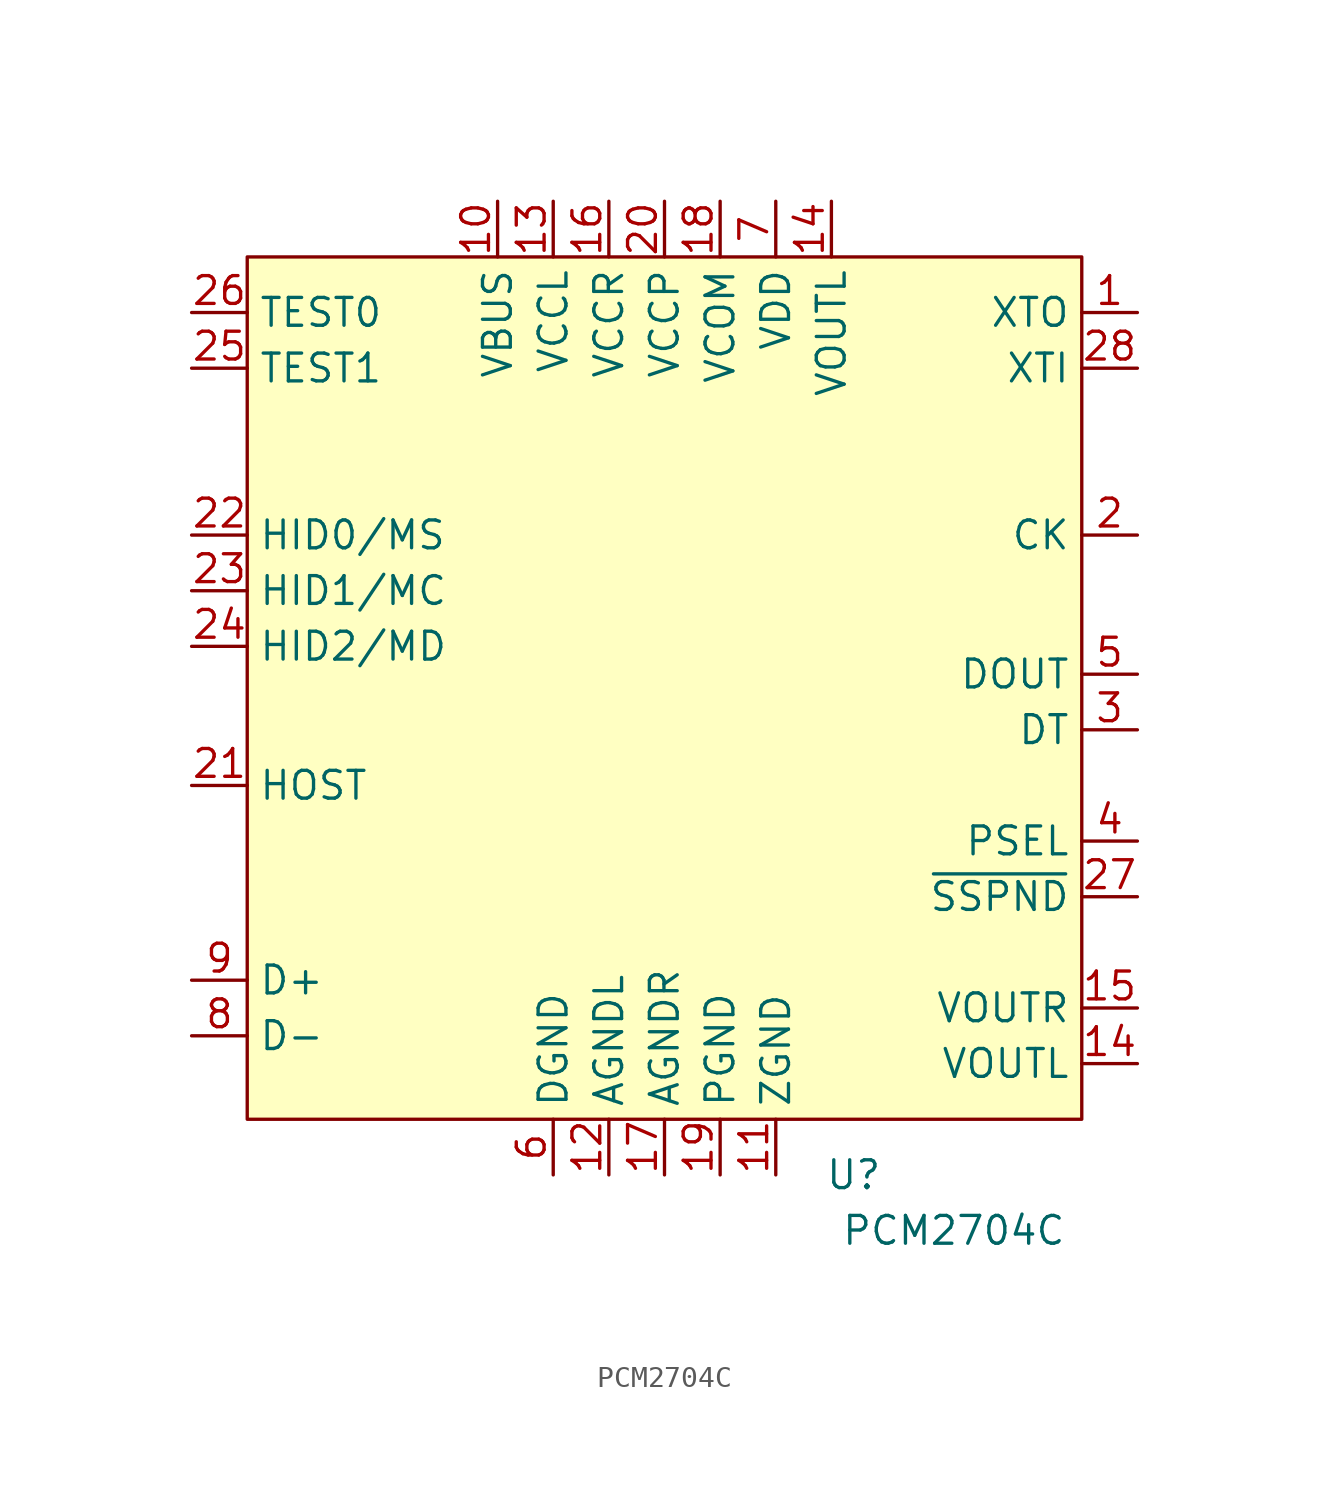
<source format=kicad_sym>
(kicad_symbol_lib
  (version 20241209)
  (generator "kicad_symbol_editor")
  (generator_version "9.0")
  (symbol "PCM2704C"
    (property "Reference" "U"
      (at 8.636 -41.91 0)
      (effects (font (size 1.27 1.27))))
    (property "Value" "PCM2704C"
      (at 13.208 -44.45 0)
      (effects (font (size 1.27 1.27))))
    (symbol "PCM2704C_1_1"
      (rectangle (start -19.05 0) (end 19.05 -39.37) (stroke (width 0) (type solid)) (fill (type background)))
      (pin input line (at -21.59 -2.54 0) (length 2.54) (name "TEST0" (effects (font (size 1.27 1.27)))) (number "26" (effects (font (size 1.27 1.27)))))
      (pin input line (at -21.59 -5.08 0) (length 2.54) (name "TEST1" (effects (font (size 1.27 1.27)))) (number "25" (effects (font (size 1.27 1.27)))))
      (pin input line (at -21.59 -12.7 0) (length 2.54) (name "HID0/MS" (effects (font (size 1.27 1.27)))) (number "22" (effects (font (size 1.27 1.27)))))
      (pin input line (at -21.59 -15.24 0) (length 2.54) (name "HID1/MC" (effects (font (size 1.27 1.27)))) (number "23" (effects (font (size 1.27 1.27)))))
      (pin input line (at -21.59 -17.78 0) (length 2.54) (name "HID2/MD" (effects (font (size 1.27 1.27)))) (number "24" (effects (font (size 1.27 1.27)))))
      (pin input line (at -21.59 -24.13 0) (length 2.54) (name "HOST" (effects (font (size 1.27 1.27)))) (number "21" (effects (font (size 1.27 1.27)))))
      (pin bidirectional line (at -21.59 -33.02 0) (length 2.54) (name "D+" (effects (font (size 1.27 1.27)))) (number "9" (effects (font (size 1.27 1.27)))))
      (pin bidirectional line (at -21.59 -35.56 0) (length 2.54) (name "D-" (effects (font (size 1.27 1.27)))) (number "8" (effects (font (size 1.27 1.27)))))
      (pin power_in line (at -7.62 2.54 270) (length 2.54) (name "VBUS" (effects (font (size 1.27 1.27)))) (number "10" (effects (font (size 1.27 1.27)))))
      (pin power_in line (at -5.08 2.54 270) (length 2.54) (name "VCCL" (effects (font (size 1.27 1.27)))) (number "13" (effects (font (size 1.27 1.27)))))
      (pin power_in line (at -5.08 -41.91 90) (length 2.54) (name "DGND" (effects (font (size 1.27 1.27)))) (number "6" (effects (font (size 1.27 1.27)))))
      (pin power_in line (at -2.54 2.54 270) (length 2.54) (name "VCCR" (effects (font (size 1.27 1.27)))) (number "16" (effects (font (size 1.27 1.27)))))
      (pin power_in line (at -2.54 -41.91 90) (length 2.54) (name "AGNDL" (effects (font (size 1.27 1.27)))) (number "12" (effects (font (size 1.27 1.27)))))
      (pin power_in line (at 0 2.54 270) (length 2.54) (name "VCCP" (effects (font (size 1.27 1.27)))) (number "20" (effects (font (size 1.27 1.27)))))
      (pin power_in line (at 0 -41.91 90) (length 2.54) (name "AGNDR" (effects (font (size 1.27 1.27)))) (number "17" (effects (font (size 1.27 1.27)))))
      (pin power_in line (at 2.54 2.54 270) (length 2.54) (name "VCOM" (effects (font (size 1.27 1.27)))) (number "18" (effects (font (size 1.27 1.27)))))
      (pin power_in line (at 2.54 -41.91 90) (length 2.54) (name "PGND" (effects (font (size 1.27 1.27)))) (number "19" (effects (font (size 1.27 1.27)))))
      (pin power_in line (at 5.08 2.54 270) (length 2.54) (name "VDD" (effects (font (size 1.27 1.27)))) (number "7" (effects (font (size 1.27 1.27)))))
      (pin power_in line (at 5.08 -41.91 90) (length 2.54) (name "ZGND" (effects (font (size 1.27 1.27)))) (number "11" (effects (font (size 1.27 1.27)))))
      (pin output line (at 7.62 2.54 270) (length 2.54) (name "VOUTL" (effects (font (size 1.27 1.27)))) (number "14" (effects (font (size 1.27 1.27)))))
      (pin output line (at 21.59 -2.54 180) (length 2.54) (name "XTO" (effects (font (size 1.27 1.27)))) (number "1" (effects (font (size 1.27 1.27)))))
      (pin input line (at 21.59 -5.08 180) (length 2.54) (name "XTI" (effects (font (size 1.27 1.27)))) (number "28" (effects (font (size 1.27 1.27)))))
      (pin output line (at 21.59 -12.7 180) (length 2.54) (name "CK" (effects (font (size 1.27 1.27)))) (number "2" (effects (font (size 1.27 1.27)))))
      (pin output line (at 21.59 -19.05 180) (length 2.54) (name "DOUT" (effects (font (size 1.27 1.27)))) (number "5" (effects (font (size 1.27 1.27)))))
      (pin bidirectional line (at 21.59 -21.59 180) (length 2.54) (name "DT" (effects (font (size 1.27 1.27)))) (number "3" (effects (font (size 1.27 1.27)))))
      (pin power_in line (at 21.59 -26.67 180) (length 2.54) (name "PSEL" (effects (font (size 1.27 1.27)))) (number "4" (effects (font (size 1.27 1.27)))))
      (pin output line (at 21.59 -29.21 180) (length 2.54) (name "~{SSPND}" (effects (font (size 1.27 1.27)))) (number "27" (effects (font (size 1.27 1.27)))))
      (pin output line (at 21.59 -34.29 180) (length 2.54) (name "VOUTR" (effects (font (size 1.27 1.27)))) (number "15" (effects (font (size 1.27 1.27)))))
      (pin output line (at 21.59 -36.83 180) (length 2.54) (name "VOUTL" (effects (font (size 1.27 1.27)))) (number "14" (effects (font (size 1.27 1.27))))))))
</source>
